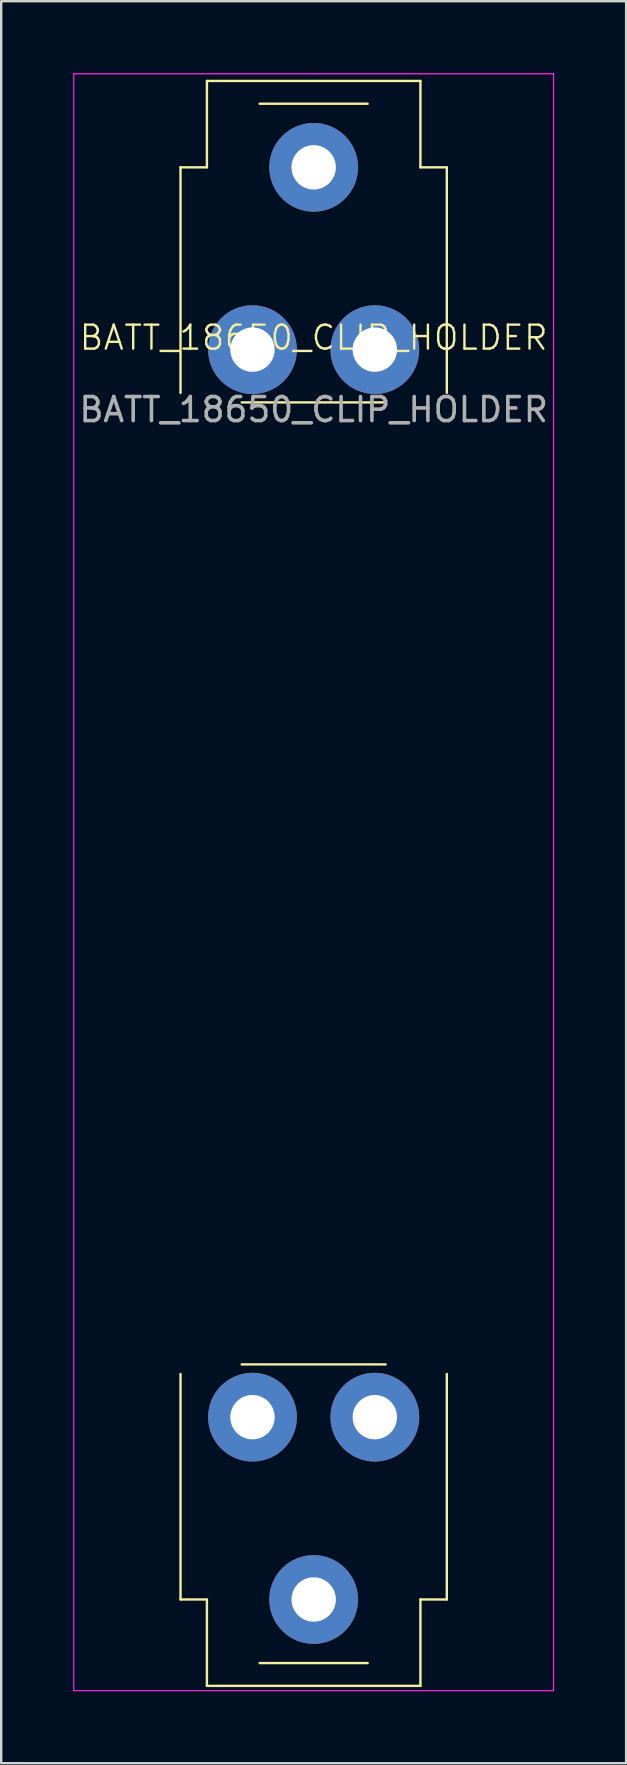
<source format=kicad_pcb>
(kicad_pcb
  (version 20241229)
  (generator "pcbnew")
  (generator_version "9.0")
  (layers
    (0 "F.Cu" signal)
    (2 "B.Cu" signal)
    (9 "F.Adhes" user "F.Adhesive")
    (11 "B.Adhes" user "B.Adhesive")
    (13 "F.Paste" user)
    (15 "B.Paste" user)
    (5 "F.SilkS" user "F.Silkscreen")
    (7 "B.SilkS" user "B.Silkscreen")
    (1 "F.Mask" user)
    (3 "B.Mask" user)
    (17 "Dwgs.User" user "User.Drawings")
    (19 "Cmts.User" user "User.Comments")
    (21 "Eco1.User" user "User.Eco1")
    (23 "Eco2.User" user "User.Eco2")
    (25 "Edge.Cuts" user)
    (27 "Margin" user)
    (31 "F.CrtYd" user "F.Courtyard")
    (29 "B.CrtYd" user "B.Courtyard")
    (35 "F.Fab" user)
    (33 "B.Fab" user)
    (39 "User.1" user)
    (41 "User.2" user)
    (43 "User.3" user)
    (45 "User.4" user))
  (footprint "BATT_18650_CLIP_HOLDER"
    (layer "F.Cu")
    (at 10.025 11.525)
    (property "Reference" "BATT_18650_CLIP_HOLDER" (at 0 -0.5 0) (unlocked yes) (layer "F.SilkS") (effects (font (size 1 1) (thickness 0.1))))
    (attr through_hole)
    (fp_line (start -5.55 -7.6) (end -4.45 -7.6) (stroke (width 0.1) (type default)) (layer "F.SilkS"))
    (fp_line (start -5.55 1.8) (end -5.55 -7.6) (stroke (width 0.1) (type default)) (layer "F.SilkS"))
    (fp_line (start -5.55 42.7) (end -5.55 52.1) (stroke (width 0.1) (type default)) (layer "F.SilkS"))
    (fp_line (start -4.45 -7.6) (end -4.45 -11.2) (stroke (width 0.1) (type default)) (layer "F.SilkS"))
    (fp_line (start -4.45 52.1) (end -5.55 52.1) (stroke (width 0.1) (type default)) (layer "F.SilkS"))
    (fp_line (start -4.45 52.1) (end -4.45 55.7) (stroke (width 0.1) (type default)) (layer "F.SilkS"))
    (fp_line (start -4.45 55.7) (end 4.45 55.7) (stroke (width 0.1) (type default)) (layer "F.SilkS"))
    (fp_line (start -3 2.2) (end 3 2.2) (stroke (width 0.1) (type solid)) (layer "F.SilkS"))
    (fp_line (start -2.25 -10.25) (end 2.25 -10.25) (stroke (width 0.1) (type default)) (layer "F.SilkS"))
    (fp_line (start -2.25 54.75) (end 2.25 54.75) (stroke (width 0.1) (type default)) (layer "F.SilkS"))
    (fp_line (start 3 42.3) (end -3 42.3) (stroke (width 0.1) (type default)) (layer "F.SilkS"))
    (fp_line (start 4.45 -11.2) (end -4.45 -11.2) (stroke (width 0.1) (type default)) (layer "F.SilkS"))
    (fp_line (start 4.45 -7.6) (end 4.45 -11.2) (stroke (width 0.1) (type default)) (layer "F.SilkS"))
    (fp_line (start 4.45 -7.6) (end 5.55 -7.6) (stroke (width 0.1) (type default)) (layer "F.SilkS"))
    (fp_line (start 4.45 52.1) (end 4.45 55.7) (stroke (width 0.1) (type default)) (layer "F.SilkS"))
    (fp_line (start 5.55 1.8) (end 5.55 -7.6) (stroke (width 0.1) (type default)) (layer "F.SilkS"))
    (fp_line (start 5.55 42.7) (end 5.55 52.1) (stroke (width 0.1) (type default)) (layer "F.SilkS"))
    (fp_line (start 5.55 52.1) (end 4.45 52.1) (stroke (width 0.1) (type default)) (layer "F.SilkS"))
    (fp_line (start -10 55.9) (end -10 -11.5) (stroke (width 0.05) (type default)) (layer "F.CrtYd"))
    (fp_line (start 0 -11.5) (end -10 -11.5) (stroke (width 0.05) (type default)) (layer "F.CrtYd"))
    (fp_line (start 0 -11.5) (end 10 -11.5) (stroke (width 0.05) (type default)) (layer "F.CrtYd"))
    (fp_line (start 10 -11.5) (end 10 55.9) (stroke (width 0.05) (type default)) (layer "F.CrtYd"))
    (fp_line (start 10 55.9) (end -10 55.9) (stroke (width 0.05) (type default)) (layer "F.CrtYd"))
    (fp_text user "${REFERENCE}" (at 0 2.5 0) (unlocked yes) (layer "F.Fab") (effects (font (size 1 1) (thickness 0.15))))
    (pad "1" thru_hole circle (at -2.55 0) (size 3.7 3.7) (drill 1.85) (layers "*.Cu" "*.Mask"))
    (pad "1" thru_hole circle (at 0 -7.6) (size 3.7 3.7) (drill 1.85) (layers "*.Cu" "*.Mask"))
    (pad "1" thru_hole circle (at 2.55 0) (size 3.7 3.7) (drill 1.85) (layers "*.Cu" "*.Mask"))
    (pad "2" thru_hole circle (at -2.55 44.5 180) (size 3.7 3.7) (drill 1.85) (layers "*.Cu" "*.Mask"))
    (pad "2" thru_hole circle (at 0 52.1 180) (size 3.7 3.7) (drill 1.85) (layers "*.Cu" "*.Mask"))
    (pad "2" thru_hole circle (at 2.55 44.5 180) (size 3.7 3.7) (drill 1.85) (layers "*.Cu" "*.Mask")))
  (gr_rect
    (start -3 -3)
    (end 23.05 70.45)
    (stroke (width 0.1) (type default))
    (fill no)
    (layer "Edge.Cuts")))
</source>
